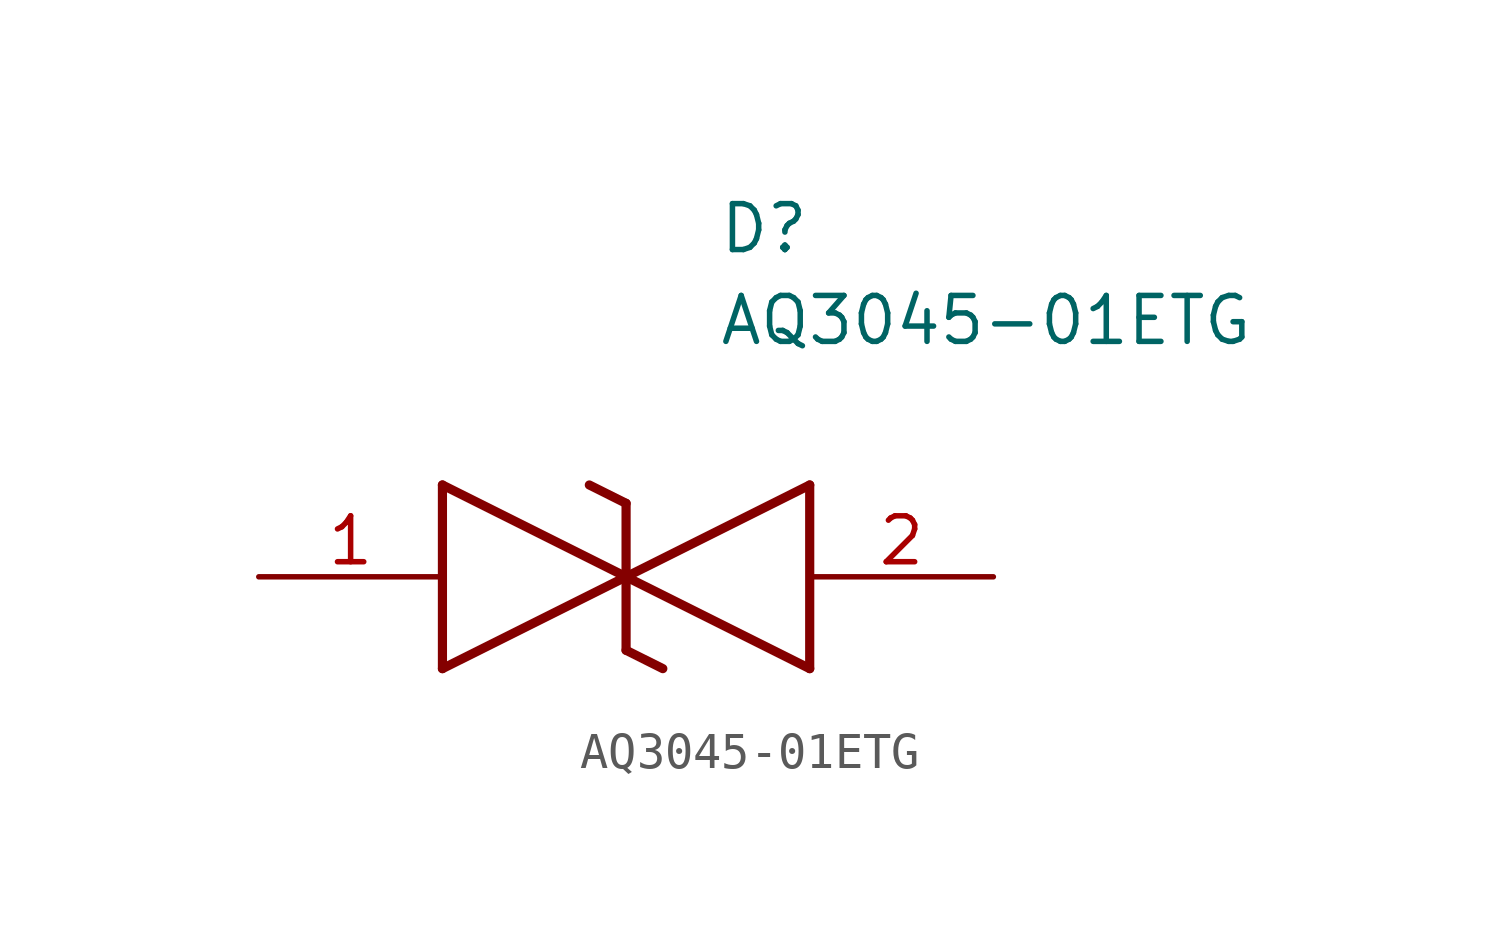
<source format=kicad_sym>
(kicad_symbol_lib
  (version 20211014)
  (generator SamacSys_ECAD_Model)
  (symbol "AQ3045-01ETG"
    (pin_names hide)
    (property "Reference" "D"
      (at 12.7 8.89 0)
      (effects (font (size 1.27 1.27)) (justify left bottom)))
    (property "Value" "AQ3045-01ETG"
      (at 12.7 6.35 0)
      (effects (font (size 1.27 1.27)) (justify left bottom)))
    (polyline
      (pts (xy 10.16 0) (xy 5.08 -2.54))
      (stroke (width 0.254) (type default))
      (fill (type none)))
    (polyline
      (pts (xy 5.08 2.54) (xy 5.08 -2.54))
      (stroke (width 0.254) (type default))
      (fill (type none)))
    (polyline
      (pts (xy 5.08 2.54) (xy 10.16 0))
      (stroke (width 0.254) (type default))
      (fill (type none)))
    (polyline
      (pts (xy 10.16 0) (xy 15.24 -2.54))
      (stroke (width 0.254) (type default))
      (fill (type none)))
    (polyline
      (pts (xy 15.24 2.54) (xy 15.24 -2.54))
      (stroke (width 0.254) (type default))
      (fill (type none)))
    (polyline
      (pts (xy 15.24 2.54) (xy 10.16 0))
      (stroke (width 0.254) (type default))
      (fill (type none)))
    (polyline
      (pts (xy 10.16 -2.032) (xy 10.16 2.032))
      (stroke (width 0.254) (type default))
      (fill (type none)))
    (polyline
      (pts (xy 9.144 2.54) (xy 10.16 2.032))
      (stroke (width 0.254) (type default))
      (fill (type none)))
    (polyline
      (pts (xy 10.16 -2.032) (xy 11.176 -2.54))
      (stroke (width 0.254) (type default))
      (fill (type none)))
    (pin passive line
      (at 0 0 0)
      (length 5.08)
      (name "1" (effects (font (size 1.27 1.27))))
      (number "1" (effects (font (size 1.27 1.27)))))
    (pin passive line
      (at 20.32 0 180)
      (length 5.08)
      (name "2" (effects (font (size 1.27 1.27))))
      (number "2" (effects (font (size 1.27 1.27)))))))
</source>
